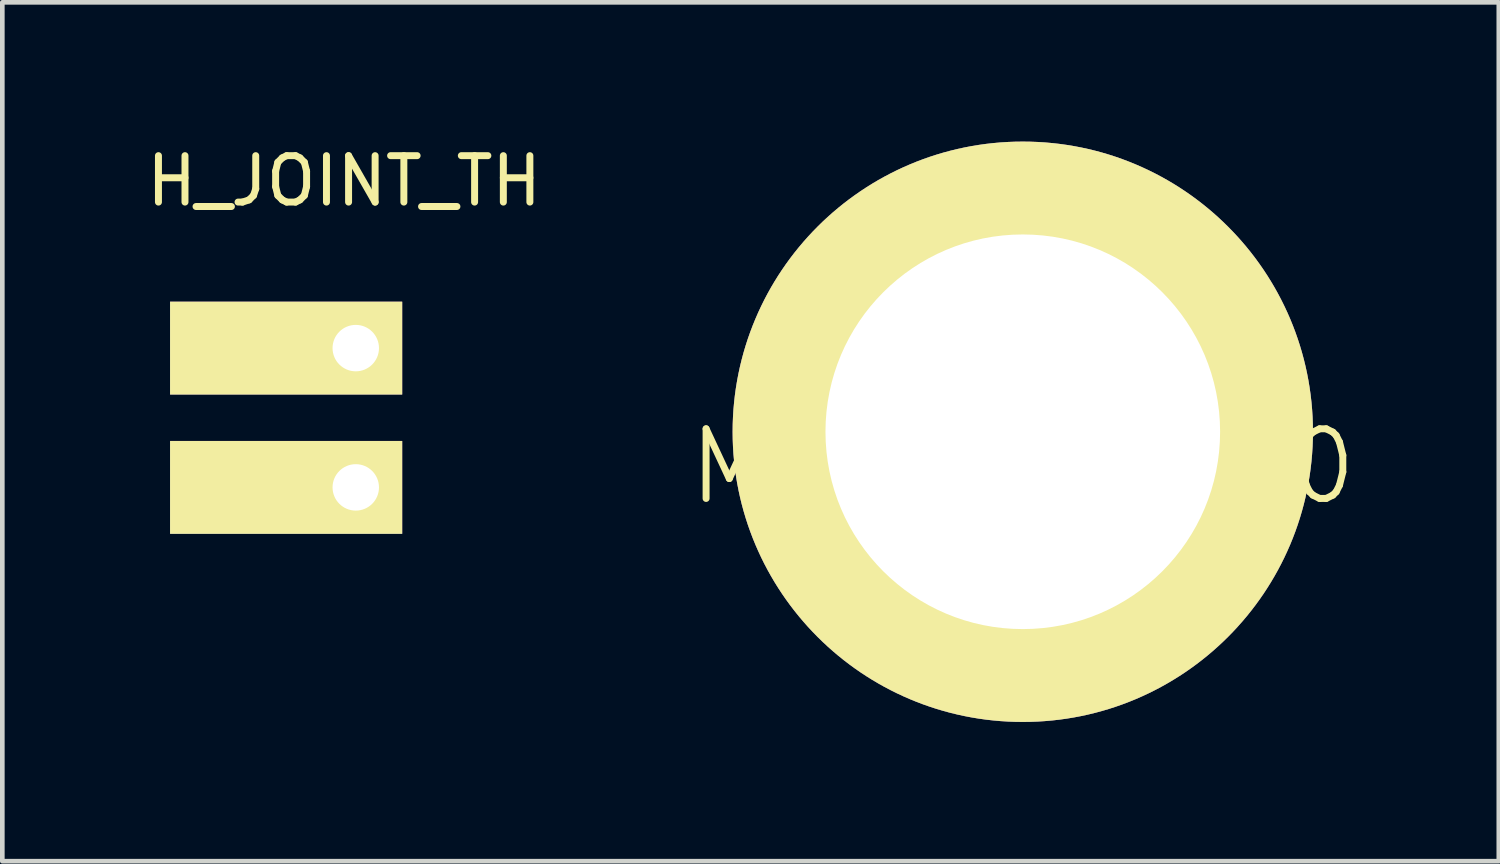
<source format=kicad_pcb>
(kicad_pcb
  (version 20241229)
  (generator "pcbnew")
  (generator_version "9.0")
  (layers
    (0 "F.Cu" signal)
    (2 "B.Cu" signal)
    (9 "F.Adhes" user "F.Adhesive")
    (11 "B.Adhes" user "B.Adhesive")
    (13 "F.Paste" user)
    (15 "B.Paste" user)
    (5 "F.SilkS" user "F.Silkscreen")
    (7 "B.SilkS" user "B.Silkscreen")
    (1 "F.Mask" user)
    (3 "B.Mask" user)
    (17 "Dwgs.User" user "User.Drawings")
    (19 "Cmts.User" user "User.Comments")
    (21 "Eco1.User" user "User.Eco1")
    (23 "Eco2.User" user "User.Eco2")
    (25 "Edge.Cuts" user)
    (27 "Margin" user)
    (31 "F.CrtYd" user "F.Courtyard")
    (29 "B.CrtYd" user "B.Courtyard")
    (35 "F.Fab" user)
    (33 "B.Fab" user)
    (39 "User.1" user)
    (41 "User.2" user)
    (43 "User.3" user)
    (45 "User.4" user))
  (footprint "H_JOINT_TH"
    (layer "F.Cu")
    (at 4.363 5.948)
    (property "Reference" "H_JOINT_TH" (at 0 -5.1 0) (layer "F.SilkS") (effects (font (size 1 1) (thickness 0.15))))
    (attr through_hole)
    (pad "1" thru_hole rect (at 0.25 -1.5) (size 5 2) (drill 1 (offset -1.5 0)) (layers "*.Cu" "*.Mask" "F.SilkS"))
    (pad "2" thru_hole rect (at 0.25 1.5) (size 5 2) (drill 1 (offset -1.5 0)) (layers "*.Cu" "*.Mask" "F.SilkS")))
  (footprint "MOTOR_0820"
    (layer "F.Cu")
    (at 18.98 6.25)
    (property "Reference" "MOTOR_0820" (at 0 0.75 0) (layer "F.SilkS") (effects (font (size 1.5 1.5) (thickness 0.15))))
    (attr through_hole)
    (pad "1" thru_hole circle (at 0 0) (size 12.5 12.5) (drill 8.5) (layers "*.Cu" "*.Mask" "F.SilkS")))
  (gr_rect
    (start -3 -3)
    (end 29.233 15.5)
    (stroke (width 0.1) (type default))
    (fill no)
    (layer "Edge.Cuts")))
</source>
